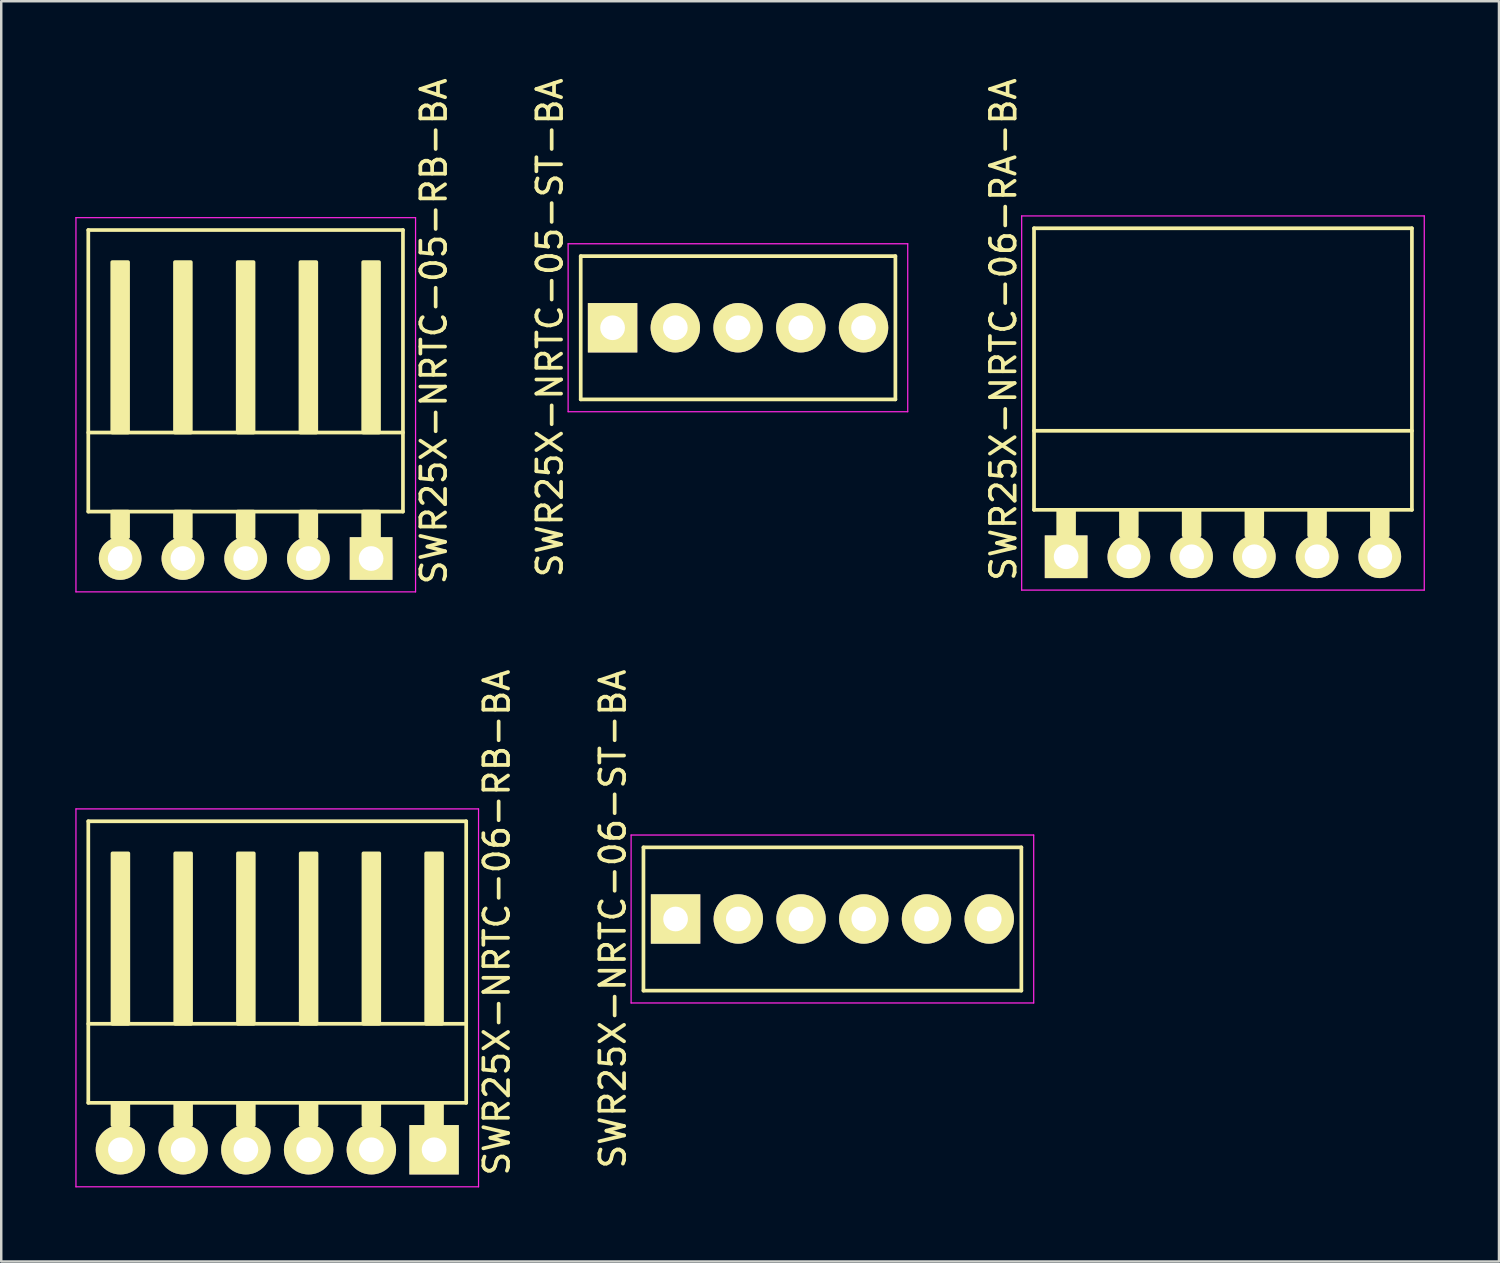
<source format=kicad_pcb>
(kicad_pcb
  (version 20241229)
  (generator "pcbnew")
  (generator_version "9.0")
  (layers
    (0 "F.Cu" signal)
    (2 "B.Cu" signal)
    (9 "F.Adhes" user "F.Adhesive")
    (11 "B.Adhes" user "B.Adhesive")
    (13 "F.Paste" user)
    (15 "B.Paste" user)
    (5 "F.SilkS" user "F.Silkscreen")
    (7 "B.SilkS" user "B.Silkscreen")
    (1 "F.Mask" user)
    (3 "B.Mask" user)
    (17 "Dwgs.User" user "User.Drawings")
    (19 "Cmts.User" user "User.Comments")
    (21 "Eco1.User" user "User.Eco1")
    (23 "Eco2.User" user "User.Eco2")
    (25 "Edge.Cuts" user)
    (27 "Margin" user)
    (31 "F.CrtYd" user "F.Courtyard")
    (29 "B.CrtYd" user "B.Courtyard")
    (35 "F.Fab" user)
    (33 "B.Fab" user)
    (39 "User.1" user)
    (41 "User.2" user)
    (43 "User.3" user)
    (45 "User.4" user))
  (footprint "SWR25X-NRTC-06-RA-BA"
    (layer "F.Cu")
    (at 40.115 19.492)
    (property "Reference" "SWR25X-NRTC-06-RA-BA" (at -2.54 -9.2 270) (layer "F.SilkS") (effects (font (size 1 1) (thickness 0.15))))
    (attr through_hole)
    (fp_line (start -1.3 -13.3) (end -1.3 -1.9) (stroke (width 0.15) (type solid)) (layer "F.SilkS"))
    (fp_line (start -1.3 -13.3) (end 14 -13.3) (stroke (width 0.15) (type solid)) (layer "F.SilkS"))
    (fp_line (start -1.3 -5.1) (end 14 -5.1) (stroke (width 0.15) (type solid)) (layer "F.SilkS"))
    (fp_line (start -1.3 -1.9) (end 14 -1.9) (stroke (width 0.15) (type solid)) (layer "F.SilkS"))
    (fp_line (start 14 -13.3) (end 14 -1.9) (stroke (width 0.15) (type solid)) (layer "F.SilkS"))
    (fp_poly (pts (xy 0.32 -1.9) (xy -0.32 -1.9) (xy -0.32 -0.864) (xy 0.32 -0.864)) (stroke (width 0.15) (type solid)) (fill yes) (layer "F.SilkS"))
    (fp_poly (pts (xy 2.86 -1.9) (xy 2.22 -1.9) (xy 2.22 -0.864) (xy 2.86 -0.864)) (stroke (width 0.15) (type solid)) (fill yes) (layer "F.SilkS"))
    (fp_poly (pts (xy 5.4 -1.9) (xy 4.76 -1.9) (xy 4.76 -0.864) (xy 5.4 -0.864)) (stroke (width 0.15) (type solid)) (fill yes) (layer "F.SilkS"))
    (fp_poly (pts (xy 7.94 -1.9) (xy 7.3 -1.9) (xy 7.3 -0.864) (xy 7.94 -0.864)) (stroke (width 0.15) (type solid)) (fill yes) (layer "F.SilkS"))
    (fp_poly (pts (xy 10.48 -1.9) (xy 9.84 -1.9) (xy 9.84 -0.864) (xy 10.48 -0.864)) (stroke (width 0.15) (type solid)) (fill yes) (layer "F.SilkS"))
    (fp_poly (pts (xy 13.02 -1.9) (xy 12.38 -1.9) (xy 12.38 -0.864) (xy 13.02 -0.864)) (stroke (width 0.15) (type solid)) (fill yes) (layer "F.SilkS"))
    (fp_line (start -1.8 -13.8) (end -1.8 1.35) (stroke (width 0.05) (type solid)) (layer "F.CrtYd"))
    (fp_line (start -1.8 -13.8) (end 14.5 -13.8) (stroke (width 0.05) (type solid)) (layer "F.CrtYd"))
    (fp_line (start -1.8 1.35) (end 14.5 1.35) (stroke (width 0.05) (type solid)) (layer "F.CrtYd"))
    (fp_line (start 14.5 -13.8) (end 14.5 1.35) (stroke (width 0.05) (type solid)) (layer "F.CrtYd"))
    (pad "1" thru_hole rect (at 0 0) (size 1.727 1.727) (drill 1) (layers "*.Cu" "*.Mask" "F.SilkS"))
    (pad "2" thru_hole circle (at 2.54 0) (size 1.727 1.727) (drill 1) (layers "*.Cu" "*.Mask" "F.SilkS"))
    (pad "3" thru_hole circle (at 5.08 0) (size 1.727 1.727) (drill 1) (layers "*.Cu" "*.Mask" "F.SilkS"))
    (pad "4" thru_hole circle (at 7.62 0) (size 1.727 1.727) (drill 1) (layers "*.Cu" "*.Mask" "F.SilkS"))
    (pad "5" thru_hole circle (at 10.16 0) (size 1.727 1.727) (drill 1) (layers "*.Cu" "*.Mask" "F.SilkS"))
    (pad "6" thru_hole circle (at 12.7 0) (size 1.727 1.727) (drill 1) (layers "*.Cu" "*.Mask" "F.SilkS")))
  (footprint "SWR25X-NRTC-06-ST-BA"
    (layer "F.Cu")
    (at 24.302 34.158)
    (property "Reference" "SWR25X-NRTC-06-ST-BA" (at -2.54 0 270) (layer "F.SilkS") (effects (font (size 1 1) (thickness 0.15))))
    (attr through_hole)
    (fp_line (start -1.3 -2.9) (end 14 -2.9) (stroke (width 0.15) (type solid)) (layer "F.SilkS"))
    (fp_line (start -1.3 2.9) (end -1.3 -2.9) (stroke (width 0.15) (type solid)) (layer "F.SilkS"))
    (fp_line (start -1.3 2.9) (end 14 2.9) (stroke (width 0.15) (type solid)) (layer "F.SilkS"))
    (fp_line (start 14 2.9) (end 14 -2.9) (stroke (width 0.15) (type solid)) (layer "F.SilkS"))
    (fp_line (start -1.8 -3.4) (end 14.5 -3.4) (stroke (width 0.05) (type solid)) (layer "F.CrtYd"))
    (fp_line (start -1.8 3.4) (end -1.8 -3.4) (stroke (width 0.05) (type solid)) (layer "F.CrtYd"))
    (fp_line (start -1.8 3.4) (end 14.5 3.4) (stroke (width 0.05) (type solid)) (layer "F.CrtYd"))
    (fp_line (start 14.5 3.4) (end 14.5 -3.4) (stroke (width 0.05) (type solid)) (layer "F.CrtYd"))
    (pad "1" thru_hole rect (at 0 0) (size 2 2) (drill 1) (layers "*.Cu" "*.Mask" "F.SilkS"))
    (pad "2" thru_hole circle (at 2.54 0) (size 2 2) (drill 1) (layers "*.Cu" "*.Mask" "F.SilkS"))
    (pad "3" thru_hole circle (at 5.08 0) (size 2 2) (drill 1) (layers "*.Cu" "*.Mask" "F.SilkS"))
    (pad "4" thru_hole circle (at 7.62 0) (size 2 2) (drill 1) (layers "*.Cu" "*.Mask" "F.SilkS"))
    (pad "5" thru_hole circle (at 10.16 0) (size 2 2) (drill 1) (layers "*.Cu" "*.Mask" "F.SilkS"))
    (pad "6" thru_hole circle (at 12.7 0) (size 2 2) (drill 1) (layers "*.Cu" "*.Mask" "F.SilkS")))
  (footprint "SWR25X-NRTC-05-ST-BA"
    (layer "F.Cu")
    (at 21.752 10.22)
    (property "Reference" "SWR25X-NRTC-05-ST-BA" (at -2.54 0 270) (layer "F.SilkS") (effects (font (size 1 1) (thickness 0.15))))
    (attr through_hole)
    (fp_line (start -1.29 -2.9) (end 11.45 -2.9) (stroke (width 0.15) (type solid)) (layer "F.SilkS"))
    (fp_line (start -1.29 2.9) (end -1.29 -2.9) (stroke (width 0.15) (type solid)) (layer "F.SilkS"))
    (fp_line (start -1.29 2.9) (end 11.45 2.9) (stroke (width 0.15) (type solid)) (layer "F.SilkS"))
    (fp_line (start 11.45 2.9) (end 11.45 -2.9) (stroke (width 0.15) (type solid)) (layer "F.SilkS"))
    (fp_line (start -1.8 -3.4) (end 11.95 -3.4) (stroke (width 0.05) (type solid)) (layer "F.CrtYd"))
    (fp_line (start -1.8 3.4) (end -1.8 -3.4) (stroke (width 0.05) (type solid)) (layer "F.CrtYd"))
    (fp_line (start -1.8 3.4) (end 11.95 3.4) (stroke (width 0.05) (type solid)) (layer "F.CrtYd"))
    (fp_line (start 11.95 3.4) (end 11.95 -3.4) (stroke (width 0.05) (type solid)) (layer "F.CrtYd"))
    (pad "1" thru_hole rect (at 0 0) (size 2 2) (drill 1) (layers "*.Cu" "*.Mask" "F.SilkS"))
    (pad "2" thru_hole circle (at 2.54 0) (size 2 2) (drill 1) (layers "*.Cu" "*.Mask" "F.SilkS"))
    (pad "3" thru_hole circle (at 5.08 0) (size 2 2) (drill 1) (layers "*.Cu" "*.Mask" "F.SilkS"))
    (pad "4" thru_hole circle (at 7.62 0) (size 2 2) (drill 1) (layers "*.Cu" "*.Mask" "F.SilkS"))
    (pad "5" thru_hole circle (at 10.16 0) (size 2 2) (drill 1) (layers "*.Cu" "*.Mask" "F.SilkS")))
  (footprint "SWR25X-NRTC-06-RB-BA"
    (layer "F.Cu")
    (at 14.525 43.501)
    (property "Reference" "SWR25X-NRTC-06-RB-BA" (at 2.54 -9.2 270) (layer "F.SilkS") (effects (font (size 1 1) (thickness 0.15))))
    (attr through_hole)
    (fp_line (start -14 -13.3) (end -14 -1.9) (stroke (width 0.15) (type solid)) (layer "F.SilkS"))
    (fp_line (start 1.3 -13.3) (end -14 -13.3) (stroke (width 0.15) (type solid)) (layer "F.SilkS"))
    (fp_line (start 1.3 -13.3) (end 1.3 -1.9) (stroke (width 0.15) (type solid)) (layer "F.SilkS"))
    (fp_line (start 1.3 -5.1) (end -14 -5.1) (stroke (width 0.15) (type solid)) (layer "F.SilkS"))
    (fp_line (start 1.3 -1.9) (end -14 -1.9) (stroke (width 0.15) (type solid)) (layer "F.SilkS"))
    (fp_poly (pts (xy -12.38 -5.1) (xy -13.02 -5.1) (xy -13.02 -12) (xy -12.38 -12)) (stroke (width 0.15) (type solid)) (fill yes) (layer "F.SilkS"))
    (fp_poly (pts (xy -12.38 -1.9) (xy -13.02 -1.9) (xy -13.02 -1) (xy -12.38 -1)) (stroke (width 0.15) (type solid)) (fill yes) (layer "F.SilkS"))
    (fp_poly (pts (xy -9.84 -5.1) (xy -10.48 -5.1) (xy -10.48 -12) (xy -9.84 -12)) (stroke (width 0.15) (type solid)) (fill yes) (layer "F.SilkS"))
    (fp_poly (pts (xy -9.84 -1.9) (xy -10.48 -1.9) (xy -10.48 -1) (xy -9.84 -1)) (stroke (width 0.15) (type solid)) (fill yes) (layer "F.SilkS"))
    (fp_poly (pts (xy -7.3 -5.1) (xy -7.94 -5.1) (xy -7.94 -12) (xy -7.3 -12)) (stroke (width 0.15) (type solid)) (fill yes) (layer "F.SilkS"))
    (fp_poly (pts (xy -7.3 -1.9) (xy -7.94 -1.9) (xy -7.94 -1) (xy -7.3 -1)) (stroke (width 0.15) (type solid)) (fill yes) (layer "F.SilkS"))
    (fp_poly (pts (xy -4.76 -5.1) (xy -5.4 -5.1) (xy -5.4 -12) (xy -4.76 -12)) (stroke (width 0.15) (type solid)) (fill yes) (layer "F.SilkS"))
    (fp_poly (pts (xy -4.76 -1.9) (xy -5.4 -1.9) (xy -5.4 -1) (xy -4.76 -1)) (stroke (width 0.15) (type solid)) (fill yes) (layer "F.SilkS"))
    (fp_poly (pts (xy -2.22 -5.1) (xy -2.86 -5.1) (xy -2.86 -12) (xy -2.22 -12)) (stroke (width 0.15) (type solid)) (fill yes) (layer "F.SilkS"))
    (fp_poly (pts (xy -2.22 -1.9) (xy -2.86 -1.9) (xy -2.86 -1) (xy -2.22 -1)) (stroke (width 0.15) (type solid)) (fill yes) (layer "F.SilkS"))
    (fp_poly (pts (xy 0.32 -5.1) (xy -0.32 -5.1) (xy -0.32 -12) (xy 0.32 -12)) (stroke (width 0.15) (type solid)) (fill yes) (layer "F.SilkS"))
    (fp_poly (pts (xy 0.32 -1.9) (xy -0.32 -1.9) (xy -0.32 -1) (xy 0.32 -1)) (stroke (width 0.15) (type solid)) (fill yes) (layer "F.SilkS"))
    (fp_line (start -14.5 -13.8) (end -14.5 1.5) (stroke (width 0.05) (type solid)) (layer "F.CrtYd"))
    (fp_line (start 1.8 -13.8) (end -14.5 -13.8) (stroke (width 0.05) (type solid)) (layer "F.CrtYd"))
    (fp_line (start 1.8 -13.8) (end 1.8 1.5) (stroke (width 0.05) (type solid)) (layer "F.CrtYd"))
    (fp_line (start 1.8 1.5) (end -14.5 1.5) (stroke (width 0.05) (type solid)) (layer "F.CrtYd"))
    (pad "1" thru_hole rect (at 0 0) (size 2 2) (drill 1) (layers "*.Cu" "*.Mask" "F.SilkS"))
    (pad "2" thru_hole circle (at -2.54 0) (size 2 2) (drill 1) (layers "*.Cu" "*.Mask" "F.SilkS"))
    (pad "3" thru_hole circle (at -5.08 0) (size 2 2) (drill 1) (layers "*.Cu" "*.Mask" "F.SilkS"))
    (pad "4" thru_hole circle (at -7.62 0) (size 2 2) (drill 1) (layers "*.Cu" "*.Mask" "F.SilkS"))
    (pad "5" thru_hole circle (at -10.16 0) (size 2 2) (drill 1) (layers "*.Cu" "*.Mask" "F.SilkS"))
    (pad "6" thru_hole circle (at -12.7 0) (size 2 2) (drill 1) (layers "*.Cu" "*.Mask" "F.SilkS")))
  (footprint "SWR25X-NRTC-05-RB-BA"
    (layer "F.Cu")
    (at 11.975 19.563)
    (property "Reference" "SWR25X-NRTC-05-RB-BA" (at 2.54 -9.2 270) (layer "F.SilkS") (effects (font (size 1 1) (thickness 0.15))))
    (attr through_hole)
    (fp_line (start -11.45 -13.3) (end -11.45 -1.9) (stroke (width 0.15) (type solid)) (layer "F.SilkS"))
    (fp_line (start 1.29 -13.3) (end -11.45 -13.3) (stroke (width 0.15) (type solid)) (layer "F.SilkS"))
    (fp_line (start 1.29 -13.3) (end 1.29 -1.9) (stroke (width 0.15) (type solid)) (layer "F.SilkS"))
    (fp_line (start 1.29 -5.1) (end -11.45 -5.1) (stroke (width 0.15) (type solid)) (layer "F.SilkS"))
    (fp_line (start 1.29 -1.9) (end -11.45 -1.9) (stroke (width 0.15) (type solid)) (layer "F.SilkS"))
    (fp_poly (pts (xy -9.84 -5.1) (xy -10.48 -5.1) (xy -10.48 -12) (xy -9.84 -12)) (stroke (width 0.15) (type solid)) (fill yes) (layer "F.SilkS"))
    (fp_poly (pts (xy -9.84 -1.9) (xy -10.48 -1.9) (xy -10.48 -0.864) (xy -9.84 -0.864)) (stroke (width 0.15) (type solid)) (fill yes) (layer "F.SilkS"))
    (fp_poly (pts (xy -7.3 -5.1) (xy -7.94 -5.1) (xy -7.94 -12) (xy -7.3 -12)) (stroke (width 0.15) (type solid)) (fill yes) (layer "F.SilkS"))
    (fp_poly (pts (xy -7.3 -1.9) (xy -7.94 -1.9) (xy -7.94 -0.864) (xy -7.3 -0.864)) (stroke (width 0.15) (type solid)) (fill yes) (layer "F.SilkS"))
    (fp_poly (pts (xy -4.76 -5.1) (xy -5.4 -5.1) (xy -5.4 -12) (xy -4.76 -12)) (stroke (width 0.15) (type solid)) (fill yes) (layer "F.SilkS"))
    (fp_poly (pts (xy -4.76 -1.9) (xy -5.4 -1.9) (xy -5.4 -0.864) (xy -4.76 -0.864)) (stroke (width 0.15) (type solid)) (fill yes) (layer "F.SilkS"))
    (fp_poly (pts (xy -2.22 -5.1) (xy -2.86 -5.1) (xy -2.86 -12) (xy -2.22 -12)) (stroke (width 0.15) (type solid)) (fill yes) (layer "F.SilkS"))
    (fp_poly (pts (xy -2.22 -1.9) (xy -2.86 -1.9) (xy -2.86 -0.864) (xy -2.22 -0.864)) (stroke (width 0.15) (type solid)) (fill yes) (layer "F.SilkS"))
    (fp_poly (pts (xy 0.32 -5.1) (xy -0.32 -5.1) (xy -0.32 -12) (xy 0.32 -12)) (stroke (width 0.15) (type solid)) (fill yes) (layer "F.SilkS"))
    (fp_poly (pts (xy 0.32 -1.9) (xy -0.32 -1.9) (xy -0.32 -0.864) (xy 0.32 -0.864)) (stroke (width 0.15) (type solid)) (fill yes) (layer "F.SilkS"))
    (fp_line (start -11.95 -13.8) (end -11.95 1.35) (stroke (width 0.05) (type solid)) (layer "F.CrtYd"))
    (fp_line (start 1.8 -13.8) (end -11.95 -13.8) (stroke (width 0.05) (type solid)) (layer "F.CrtYd"))
    (fp_line (start 1.8 -13.8) (end 1.8 1.35) (stroke (width 0.05) (type solid)) (layer "F.CrtYd"))
    (fp_line (start 1.8 1.35) (end -11.95 1.35) (stroke (width 0.05) (type solid)) (layer "F.CrtYd"))
    (pad "1" thru_hole rect (at 0 0) (size 1.727 1.727) (drill 1) (layers "*.Cu" "*.Mask" "F.SilkS"))
    (pad "2" thru_hole circle (at -2.54 0) (size 1.727 1.727) (drill 1) (layers "*.Cu" "*.Mask" "F.SilkS"))
    (pad "3" thru_hole circle (at -5.08 0) (size 1.727 1.727) (drill 1) (layers "*.Cu" "*.Mask" "F.SilkS"))
    (pad "4" thru_hole circle (at -7.62 0) (size 1.727 1.727) (drill 1) (layers "*.Cu" "*.Mask" "F.SilkS"))
    (pad "5" thru_hole circle (at -10.16 0) (size 1.727 1.727) (drill 1) (layers "*.Cu" "*.Mask" "F.SilkS")))
  (gr_rect
    (start -3 -3)
    (end 57.64 48.026)
    (stroke (width 0.1) (type default))
    (fill no)
    (layer "Edge.Cuts")))
</source>
